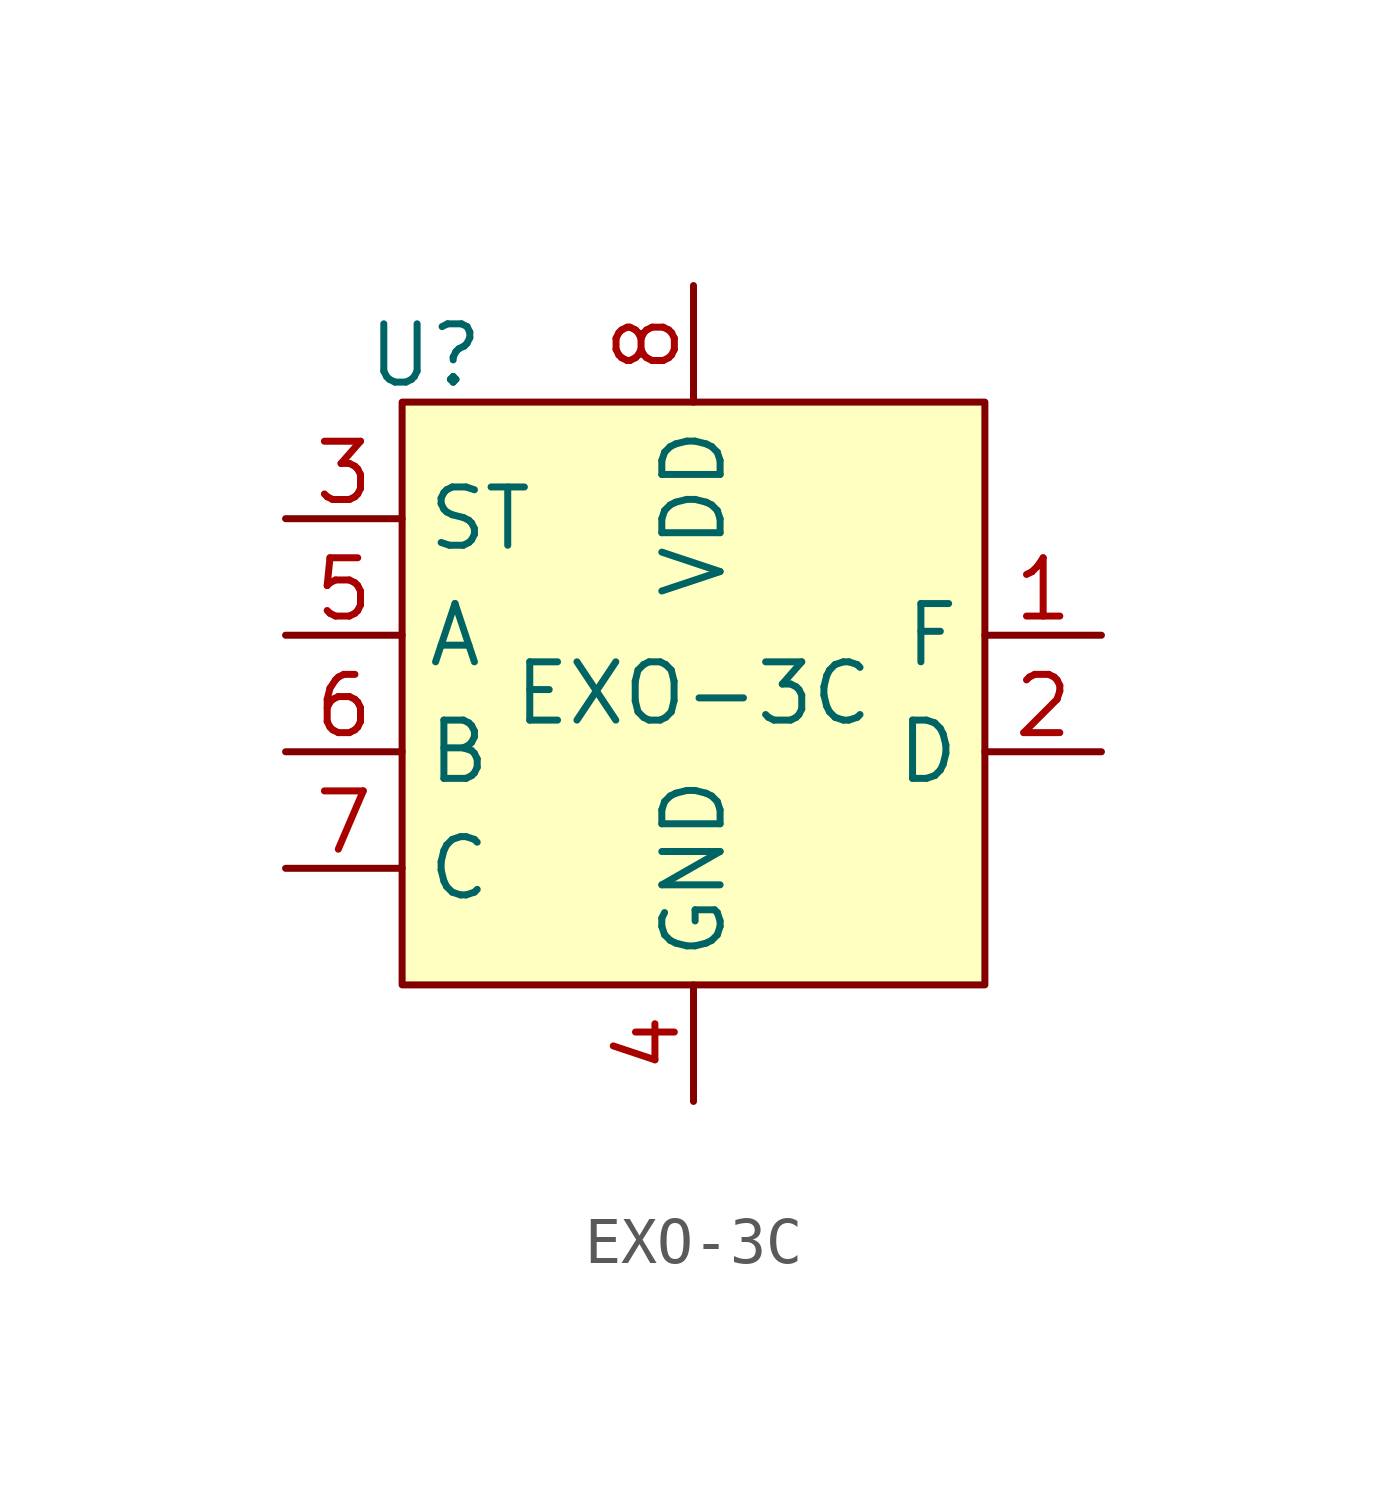
<source format=kicad_sym>
(kicad_symbol_lib
  (version 20231120)
  (generator "kicad_symbol_editor")
  (generator_version "8.0")
  (symbol "EXO-3C"
    (property "Reference" "U"
      (at -5.842 7.366 0)
      (effects (font (size 1.27 1.27))))
    (property "Value" "EXO-3C"
      (at 0 0 0)
      (effects (font (size 1.27 1.27))))
    (symbol "EXO-3C_1_1"
      (rectangle (start -6.35 6.35) (end 6.35 -6.35) (stroke (width 0) (type default)) (fill (type background)))
      (pin output line (at 8.89 1.27 180) (length 2.54) (name "F" (effects (font (size 1.27 1.27)))) (number "1" (effects (font (size 1.27 1.27)))))
      (pin output line (at 8.89 -1.27 180) (length 2.54) (name "D" (effects (font (size 1.27 1.27)))) (number "2" (effects (font (size 1.27 1.27)))))
      (pin input line (at -8.89 3.81 0) (length 2.54) (name "ST" (effects (font (size 1.27 1.27)))) (number "3" (effects (font (size 1.27 1.27)))))
      (pin power_in line (at 0 -8.89 90) (length 2.54) (name "GND" (effects (font (size 1.27 1.27)))) (number "4" (effects (font (size 1.27 1.27)))))
      (pin input line (at -8.89 1.27 0) (length 2.54) (name "A" (effects (font (size 1.27 1.27)))) (number "5" (effects (font (size 1.27 1.27)))))
      (pin input line (at -8.89 -1.27 0) (length 2.54) (name "B" (effects (font (size 1.27 1.27)))) (number "6" (effects (font (size 1.27 1.27)))))
      (pin input line (at -8.89 -3.81 0) (length 2.54) (name "C" (effects (font (size 1.27 1.27)))) (number "7" (effects (font (size 1.27 1.27)))))
      (pin power_in line (at 0 8.89 270) (length 2.54) (name "VDD" (effects (font (size 1.27 1.27)))) (number "8" (effects (font (size 1.27 1.27))))))))
</source>
